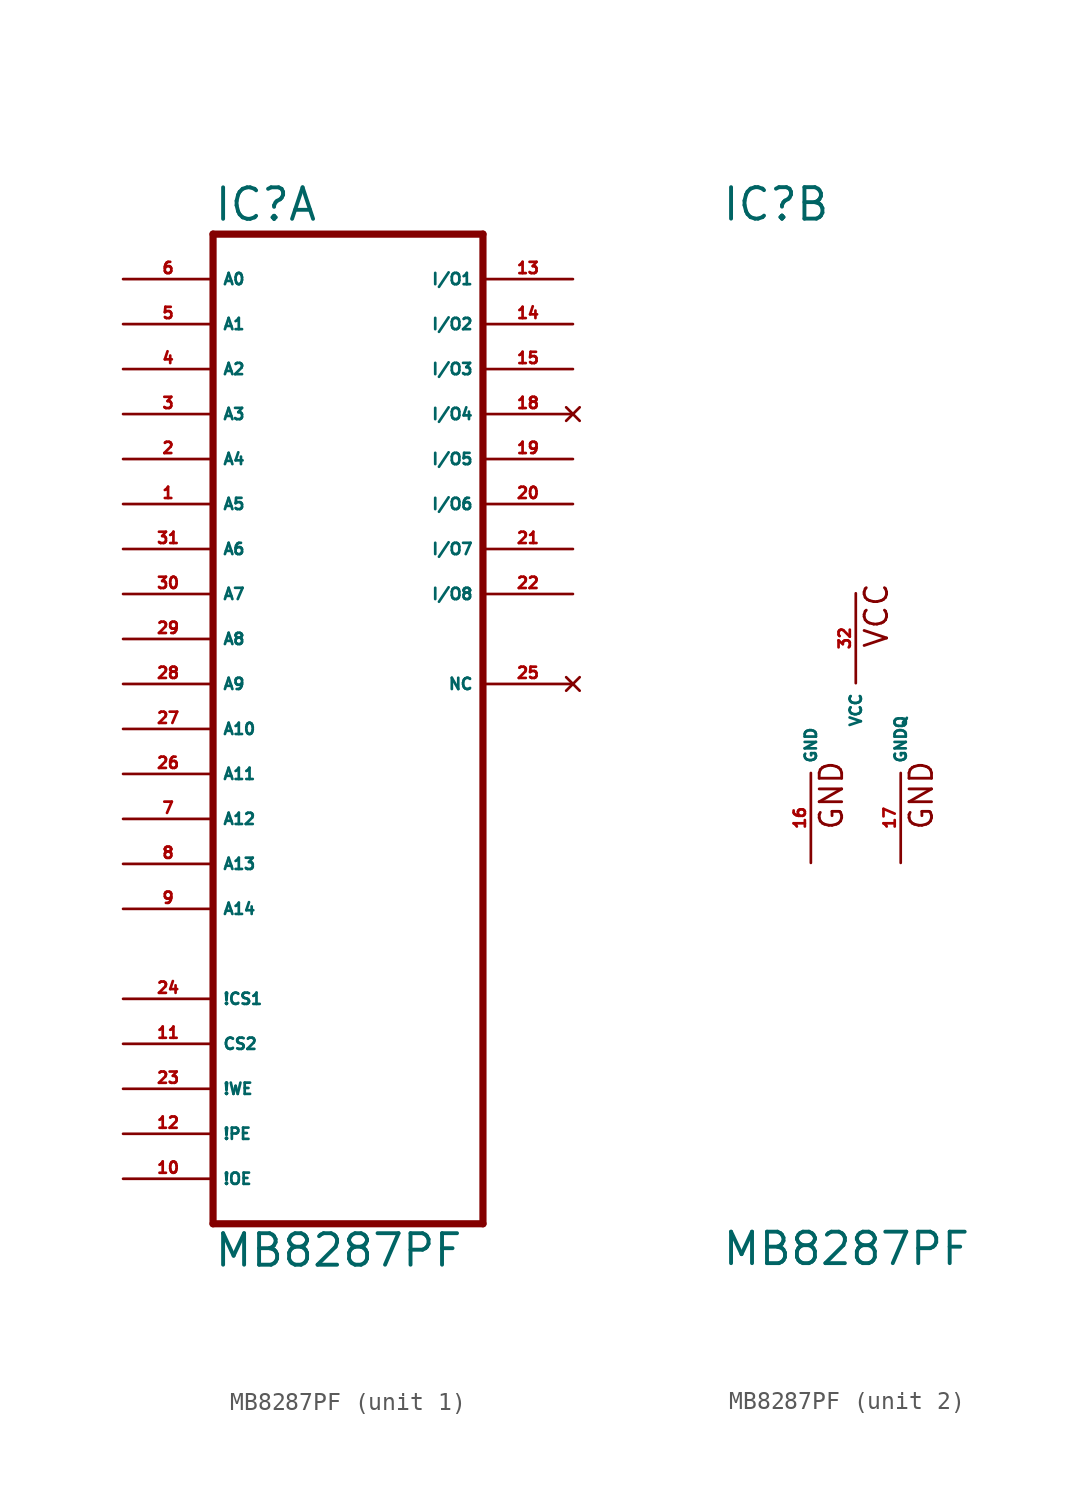
<source format=kicad_sym>
(kicad_symbol_lib
  (version 20220914)
  (generator Eagle2Kicad)
  (symbol "MB8287PF"
    (property "Reference" "IC"
      (at -7.62 28.575 0)
      (effects (font (size 1.778 1.778) (thickness 0.22)) (justify left bottom)))
    (property "Value" "MB8287PF"
      (at -7.62 -30.48 0)
      (effects (font (size 1.778 1.778) (thickness 0.22)) (justify left bottom)))
    (symbol "MB8287PF_1_0"
      (polyline (pts (xy -7.62 -27.94) (xy -7.62 27.94)) (stroke (width 0.406) (type default)) (fill (type none)))
      (polyline (pts (xy -7.62 27.94) (xy 7.62 27.94)) (stroke (width 0.406) (type default)) (fill (type none)))
      (polyline (pts (xy 7.62 27.94) (xy 7.62 -27.94)) (stroke (width 0.406) (type default)) (fill (type none)))
      (polyline (pts (xy 7.62 -27.94) (xy -7.62 -27.94)) (stroke (width 0.406) (type default)) (fill (type none)))
      (pin input line (at -12.7 25.4 0) (length 5.08) (name "A0" (effects (font (size 0.635 0.635) (thickness 0.08)) (justify left bottom))) (number "6" (effects (font (size 0.635 0.635) (thickness 0.08)) (justify left bottom))))
      (pin input line (at -12.7 22.86 0) (length 5.08) (name "A1" (effects (font (size 0.635 0.635) (thickness 0.08)) (justify left bottom))) (number "5" (effects (font (size 0.635 0.635) (thickness 0.08)) (justify left bottom))))
      (pin input line (at -12.7 20.32 0) (length 5.08) (name "A2" (effects (font (size 0.635 0.635) (thickness 0.08)) (justify left bottom))) (number "4" (effects (font (size 0.635 0.635) (thickness 0.08)) (justify left bottom))))
      (pin input line (at -12.7 17.78 0) (length 5.08) (name "A3" (effects (font (size 0.635 0.635) (thickness 0.08)) (justify left bottom))) (number "3" (effects (font (size 0.635 0.635) (thickness 0.08)) (justify left bottom))))
      (pin input line (at -12.7 15.24 0) (length 5.08) (name "A4" (effects (font (size 0.635 0.635) (thickness 0.08)) (justify left bottom))) (number "2" (effects (font (size 0.635 0.635) (thickness 0.08)) (justify left bottom))))
      (pin input line (at -12.7 10.16 0) (length 5.08) (name "A6" (effects (font (size 0.635 0.635) (thickness 0.08)) (justify left bottom))) (number "31" (effects (font (size 0.635 0.635) (thickness 0.08)) (justify left bottom))))
      (pin input line (at -12.7 12.7 0) (length 5.08) (name "A5" (effects (font (size 0.635 0.635) (thickness 0.08)) (justify left bottom))) (number "1" (effects (font (size 0.635 0.635) (thickness 0.08)) (justify left bottom))))
      (pin input line (at -12.7 7.62 0) (length 5.08) (name "A7" (effects (font (size 0.635 0.635) (thickness 0.08)) (justify left bottom))) (number "30" (effects (font (size 0.635 0.635) (thickness 0.08)) (justify left bottom))))
      (pin input line (at -12.7 5.08 0) (length 5.08) (name "A8" (effects (font (size 0.635 0.635) (thickness 0.08)) (justify left bottom))) (number "29" (effects (font (size 0.635 0.635) (thickness 0.08)) (justify left bottom))))
      (pin input line (at -12.7 2.54 0) (length 5.08) (name "A9" (effects (font (size 0.635 0.635) (thickness 0.08)) (justify left bottom))) (number "28" (effects (font (size 0.635 0.635) (thickness 0.08)) (justify left bottom))))
      (pin input line (at -12.7 0 0) (length 5.08) (name "A10" (effects (font (size 0.635 0.635) (thickness 0.08)) (justify left bottom))) (number "27" (effects (font (size 0.635 0.635) (thickness 0.08)) (justify left bottom))))
      (pin input line (at -12.7 -2.54 0) (length 5.08) (name "A11" (effects (font (size 0.635 0.635) (thickness 0.08)) (justify left bottom))) (number "26" (effects (font (size 0.635 0.635) (thickness 0.08)) (justify left bottom))))
      (pin bidirectional line (at 12.7 25.4 180) (length 5.08) (name "I/O1" (effects (font (size 0.635 0.635) (thickness 0.08)) (justify left bottom))) (number "13" (effects (font (size 0.635 0.635) (thickness 0.08)) (justify left bottom))))
      (pin bidirectional line (at 12.7 22.86 180) (length 5.08) (name "I/O2" (effects (font (size 0.635 0.635) (thickness 0.08)) (justify left bottom))) (number "14" (effects (font (size 0.635 0.635) (thickness 0.08)) (justify left bottom))))
      (pin bidirectional line (at 12.7 20.32 180) (length 5.08) (name "I/O3" (effects (font (size 0.635 0.635) (thickness 0.08)) (justify left bottom))) (number "15" (effects (font (size 0.635 0.635) (thickness 0.08)) (justify left bottom))))
      (pin no_connect line (at 12.7 17.78 180) (length 5.08) (name "I/O4" (effects (font (size 0.635 0.635) (thickness 0.08)) (justify left bottom) hide)) (number "18" (effects (font (size 0.635 0.635) (thickness 0.08)) (justify left bottom) hide)))
      (pin input line (at -12.7 -17.78 0) (length 5.08) (name "CS2" (effects (font (size 0.635 0.635) (thickness 0.08)) (justify left bottom))) (number "11" (effects (font (size 0.635 0.635) (thickness 0.08)) (justify left bottom))))
      (pin input line (at -12.7 -20.32 0) (length 5.08) (name "!WE" (effects (font (size 0.635 0.635) (thickness 0.08)) (justify left bottom))) (number "23" (effects (font (size 0.635 0.635) (thickness 0.08)) (justify left bottom))))
      (pin input line (at -12.7 -5.08 0) (length 5.08) (name "A12" (effects (font (size 0.635 0.635) (thickness 0.08)) (justify left bottom))) (number "7" (effects (font (size 0.635 0.635) (thickness 0.08)) (justify left bottom))))
      (pin input line (at -12.7 -22.86 0) (length 5.08) (name "!PE" (effects (font (size 0.635 0.635) (thickness 0.08)) (justify left bottom))) (number "12" (effects (font (size 0.635 0.635) (thickness 0.08)) (justify left bottom))))
      (pin bidirectional line (at 12.7 15.24 180) (length 5.08) (name "I/O5" (effects (font (size 0.635 0.635) (thickness 0.08)) (justify left bottom))) (number "19" (effects (font (size 0.635 0.635) (thickness 0.08)) (justify left bottom))))
      (pin bidirectional line (at 12.7 12.7 180) (length 5.08) (name "I/O6" (effects (font (size 0.635 0.635) (thickness 0.08)) (justify left bottom))) (number "20" (effects (font (size 0.635 0.635) (thickness 0.08)) (justify left bottom))))
      (pin bidirectional line (at 12.7 10.16 180) (length 5.08) (name "I/O7" (effects (font (size 0.635 0.635) (thickness 0.08)) (justify left bottom))) (number "21" (effects (font (size 0.635 0.635) (thickness 0.08)) (justify left bottom))))
      (pin bidirectional line (at 12.7 7.62 180) (length 5.08) (name "I/O8" (effects (font (size 0.635 0.635) (thickness 0.08)) (justify left bottom))) (number "22" (effects (font (size 0.635 0.635) (thickness 0.08)) (justify left bottom))))
      (pin input line (at -12.7 -15.24 0) (length 5.08) (name "!CS1" (effects (font (size 0.635 0.635) (thickness 0.08)) (justify left bottom))) (number "24" (effects (font (size 0.635 0.635) (thickness 0.08)) (justify left bottom))))
      (pin input line (at -12.7 -7.62 0) (length 5.08) (name "A13" (effects (font (size 0.635 0.635) (thickness 0.08)) (justify left bottom))) (number "8" (effects (font (size 0.635 0.635) (thickness 0.08)) (justify left bottom))))
      (pin input line (at -12.7 -10.16 0) (length 5.08) (name "A14" (effects (font (size 0.635 0.635) (thickness 0.08)) (justify left bottom))) (number "9" (effects (font (size 0.635 0.635) (thickness 0.08)) (justify left bottom))))
      (pin no_connect line (at 12.7 2.54 180) (length 5.08) (name "NC" (effects (font (size 0.635 0.635) (thickness 0.08)) (justify left bottom) hide)) (number "25" (effects (font (size 0.635 0.635) (thickness 0.08)) (justify left bottom) hide)))
      (pin input line (at -12.7 -25.4 0) (length 5.08) (name "!OE" (effects (font (size 0.635 0.635) (thickness 0.08)) (justify left bottom))) (number "10" (effects (font (size 0.635 0.635) (thickness 0.08)) (justify left bottom)))))
    (symbol "MB8287PF_2_0"
      (text "GND" (at 4.445 -5.842 900) (effects (font (size 1.27 1.27) (thickness 0.16)) (justify left bottom)))
      (text "VCC" (at 1.905 4.445 900) (effects (font (size 1.27 1.27) (thickness 0.16)) (justify left bottom)))
      (text "GND" (at -0.635 -5.842 900) (effects (font (size 1.27 1.27) (thickness 0.16)) (justify left bottom)))
      (pin unspecified line (at -2.54 -7.62 90) (length 5.08) (name "GND" (effects (font (size 0.635 0.635) (thickness 0.08)) (justify left bottom))) (number "16" (effects (font (size 0.635 0.635) (thickness 0.08)) (justify left bottom))))
      (pin unspecified line (at 0 7.62 270) (length 5.08) (name "VCC" (effects (font (size 0.635 0.635) (thickness 0.08)) (justify left bottom))) (number "32" (effects (font (size 0.635 0.635) (thickness 0.08)) (justify left bottom))))
      (pin unspecified line (at 2.54 -7.62 90) (length 5.08) (name "GNDQ" (effects (font (size 0.635 0.635) (thickness 0.08)) (justify left bottom))) (number "17" (effects (font (size 0.635 0.635) (thickness 0.08)) (justify left bottom)))))))
</source>
